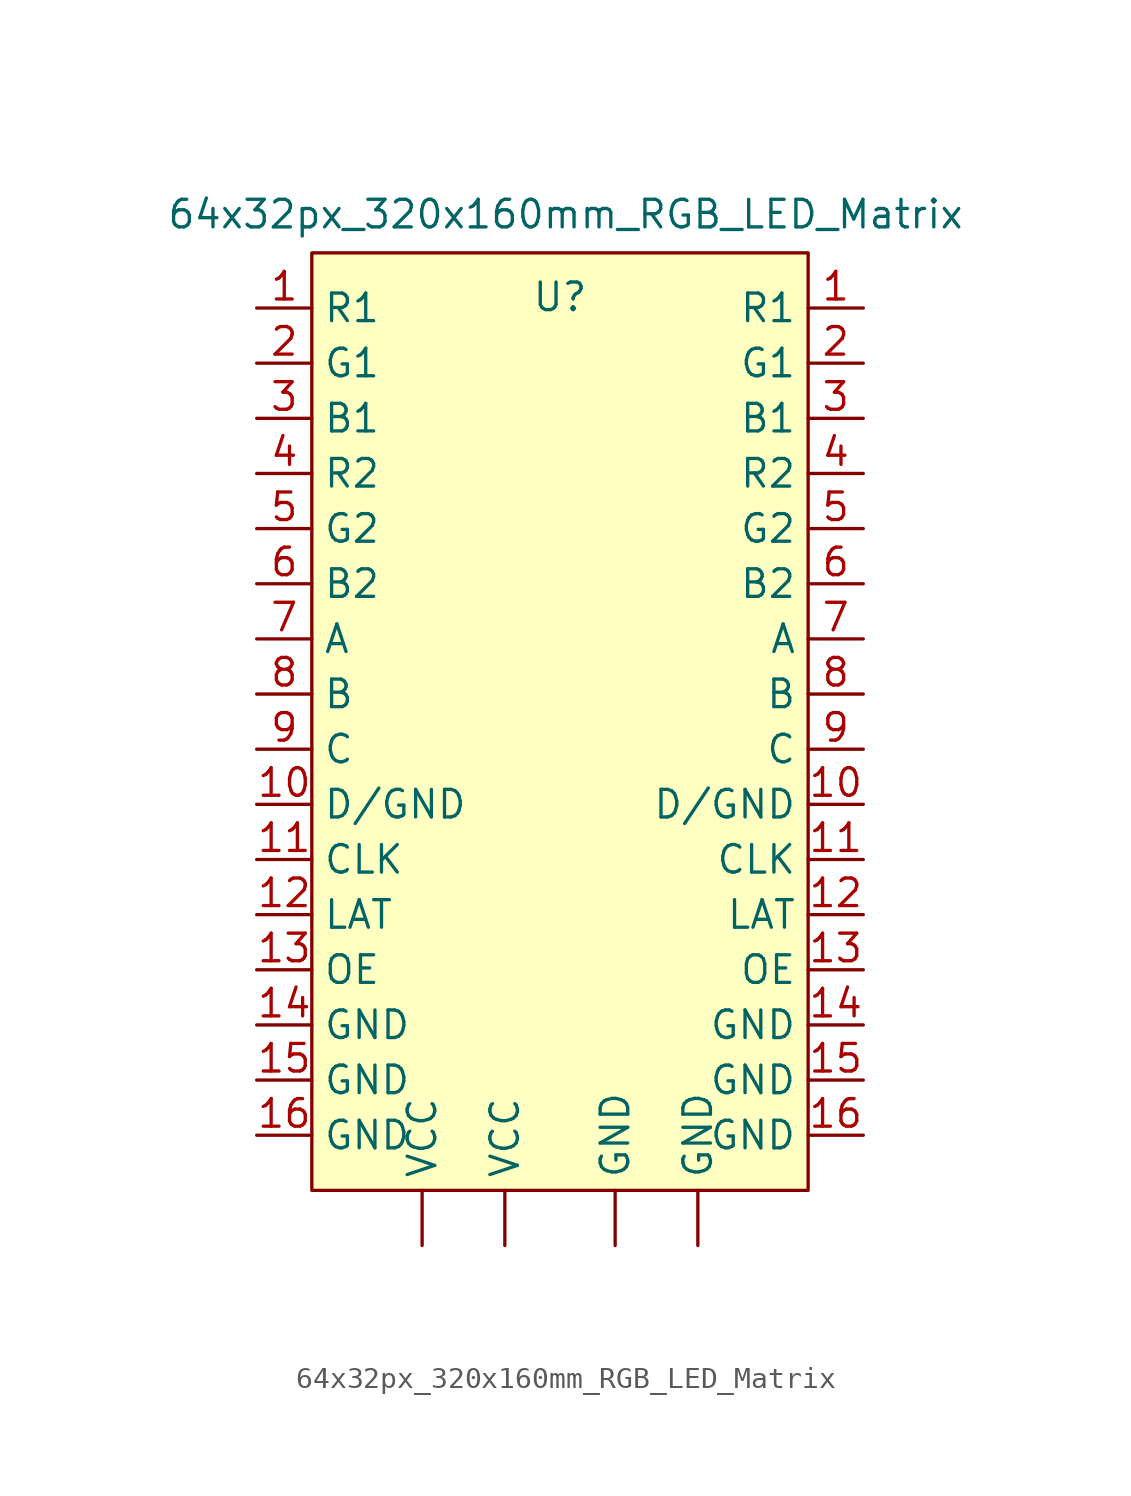
<source format=kicad_sym>
(kicad_symbol_lib
  (version 20241209)
  (generator "kicad_symbol_editor")
  (generator_version "9.0")
  (symbol "64x32px_320x160mm_RGB_LED_Matrix"
    (property "Reference" "U"
      (at 0 19.558 0)
      (effects (font (size 1.27 1.27))))
    (property "Value" "64x32px_320x160mm_RGB_LED_Matrix"
      (at 0.254 23.368 0)
      (effects (font (size 1.27 1.27))))
    (symbol "64x32px_320x160mm_RGB_LED_Matrix_1_1"
      (rectangle (start -11.43 21.59) (end 11.43 -21.59) (stroke (width 0) (type solid)) (fill (type background)))
      (pin input line (at -13.97 19.05 0) (length 2.54) (name "R1" (effects (font (size 1.27 1.27)))) (number "1" (effects (font (size 1.27 1.27)))))
      (pin input line (at -13.97 16.51 0) (length 2.54) (name "G1" (effects (font (size 1.27 1.27)))) (number "2" (effects (font (size 1.27 1.27)))))
      (pin input line (at -13.97 13.97 0) (length 2.54) (name "B1" (effects (font (size 1.27 1.27)))) (number "3" (effects (font (size 1.27 1.27)))))
      (pin input line (at -13.97 11.43 0) (length 2.54) (name "R2" (effects (font (size 1.27 1.27)))) (number "4" (effects (font (size 1.27 1.27)))))
      (pin input line (at -13.97 8.89 0) (length 2.54) (name "G2" (effects (font (size 1.27 1.27)))) (number "5" (effects (font (size 1.27 1.27)))))
      (pin input line (at -13.97 6.35 0) (length 2.54) (name "B2" (effects (font (size 1.27 1.27)))) (number "6" (effects (font (size 1.27 1.27)))))
      (pin input line (at -13.97 3.81 0) (length 2.54) (name "A" (effects (font (size 1.27 1.27)))) (number "7" (effects (font (size 1.27 1.27)))))
      (pin input line (at -13.97 1.27 0) (length 2.54) (name "B" (effects (font (size 1.27 1.27)))) (number "8" (effects (font (size 1.27 1.27)))))
      (pin input line (at -13.97 -1.27 0) (length 2.54) (name "C" (effects (font (size 1.27 1.27)))) (number "9" (effects (font (size 1.27 1.27)))))
      (pin input line (at -13.97 -3.81 0) (length 2.54) (name "D/GND" (effects (font (size 1.27 1.27)))) (number "10" (effects (font (size 1.27 1.27)))))
      (pin input line (at -13.97 -6.35 0) (length 2.54) (name "CLK" (effects (font (size 1.27 1.27)))) (number "11" (effects (font (size 1.27 1.27)))))
      (pin input line (at -13.97 -8.89 0) (length 2.54) (name "LAT" (effects (font (size 1.27 1.27)))) (number "12" (effects (font (size 1.27 1.27)))))
      (pin input line (at -13.97 -11.43 0) (length 2.54) (name "OE" (effects (font (size 1.27 1.27)))) (number "13" (effects (font (size 1.27 1.27)))))
      (pin input line (at -13.97 -13.97 0) (length 2.54) (name "GND" (effects (font (size 1.27 1.27)))) (number "14" (effects (font (size 1.27 1.27)))))
      (pin input line (at -13.97 -16.51 0) (length 2.54) (name "GND" (effects (font (size 1.27 1.27)))) (number "15" (effects (font (size 1.27 1.27)))))
      (pin input line (at -13.97 -19.05 0) (length 2.54) (name "GND" (effects (font (size 1.27 1.27)))) (number "16" (effects (font (size 1.27 1.27)))))
      (pin input line (at -6.35 -24.13 90) (length 2.54) (name "VCC" (effects (font (size 1.27 1.27)))) (number "" (effects (font (size 1.27 1.27)))))
      (pin input line (at -2.54 -24.13 90) (length 2.54) (name "VCC" (effects (font (size 1.27 1.27)))) (number "" (effects (font (size 1.27 1.27)))))
      (pin input line (at 2.54 -24.13 90) (length 2.54) (name "GND" (effects (font (size 1.27 1.27)))) (number "" (effects (font (size 1.27 1.27)))))
      (pin input line (at 6.35 -24.13 90) (length 2.54) (name "GND" (effects (font (size 1.27 1.27)))) (number "" (effects (font (size 1.27 1.27)))))
      (pin output line (at 13.97 19.05 180) (length 2.54) (name "R1" (effects (font (size 1.27 1.27)))) (number "1" (effects (font (size 1.27 1.27)))))
      (pin output line (at 13.97 16.51 180) (length 2.54) (name "G1" (effects (font (size 1.27 1.27)))) (number "2" (effects (font (size 1.27 1.27)))))
      (pin output line (at 13.97 13.97 180) (length 2.54) (name "B1" (effects (font (size 1.27 1.27)))) (number "3" (effects (font (size 1.27 1.27)))))
      (pin output line (at 13.97 11.43 180) (length 2.54) (name "R2" (effects (font (size 1.27 1.27)))) (number "4" (effects (font (size 1.27 1.27)))))
      (pin output line (at 13.97 8.89 180) (length 2.54) (name "G2" (effects (font (size 1.27 1.27)))) (number "5" (effects (font (size 1.27 1.27)))))
      (pin output line (at 13.97 6.35 180) (length 2.54) (name "B2" (effects (font (size 1.27 1.27)))) (number "6" (effects (font (size 1.27 1.27)))))
      (pin output line (at 13.97 3.81 180) (length 2.54) (name "A" (effects (font (size 1.27 1.27)))) (number "7" (effects (font (size 1.27 1.27)))))
      (pin output line (at 13.97 1.27 180) (length 2.54) (name "B" (effects (font (size 1.27 1.27)))) (number "8" (effects (font (size 1.27 1.27)))))
      (pin output line (at 13.97 -1.27 180) (length 2.54) (name "C" (effects (font (size 1.27 1.27)))) (number "9" (effects (font (size 1.27 1.27)))))
      (pin output line (at 13.97 -3.81 180) (length 2.54) (name "D/GND" (effects (font (size 1.27 1.27)))) (number "10" (effects (font (size 1.27 1.27)))))
      (pin output line (at 13.97 -6.35 180) (length 2.54) (name "CLK" (effects (font (size 1.27 1.27)))) (number "11" (effects (font (size 1.27 1.27)))))
      (pin output line (at 13.97 -8.89 180) (length 2.54) (name "LAT" (effects (font (size 1.27 1.27)))) (number "12" (effects (font (size 1.27 1.27)))))
      (pin output line (at 13.97 -11.43 180) (length 2.54) (name "OE" (effects (font (size 1.27 1.27)))) (number "13" (effects (font (size 1.27 1.27)))))
      (pin output line (at 13.97 -13.97 180) (length 2.54) (name "GND" (effects (font (size 1.27 1.27)))) (number "14" (effects (font (size 1.27 1.27)))))
      (pin output line (at 13.97 -16.51 180) (length 2.54) (name "GND" (effects (font (size 1.27 1.27)))) (number "15" (effects (font (size 1.27 1.27)))))
      (pin output line (at 13.97 -19.05 180) (length 2.54) (name "GND" (effects (font (size 1.27 1.27)))) (number "16" (effects (font (size 1.27 1.27))))))))
</source>
